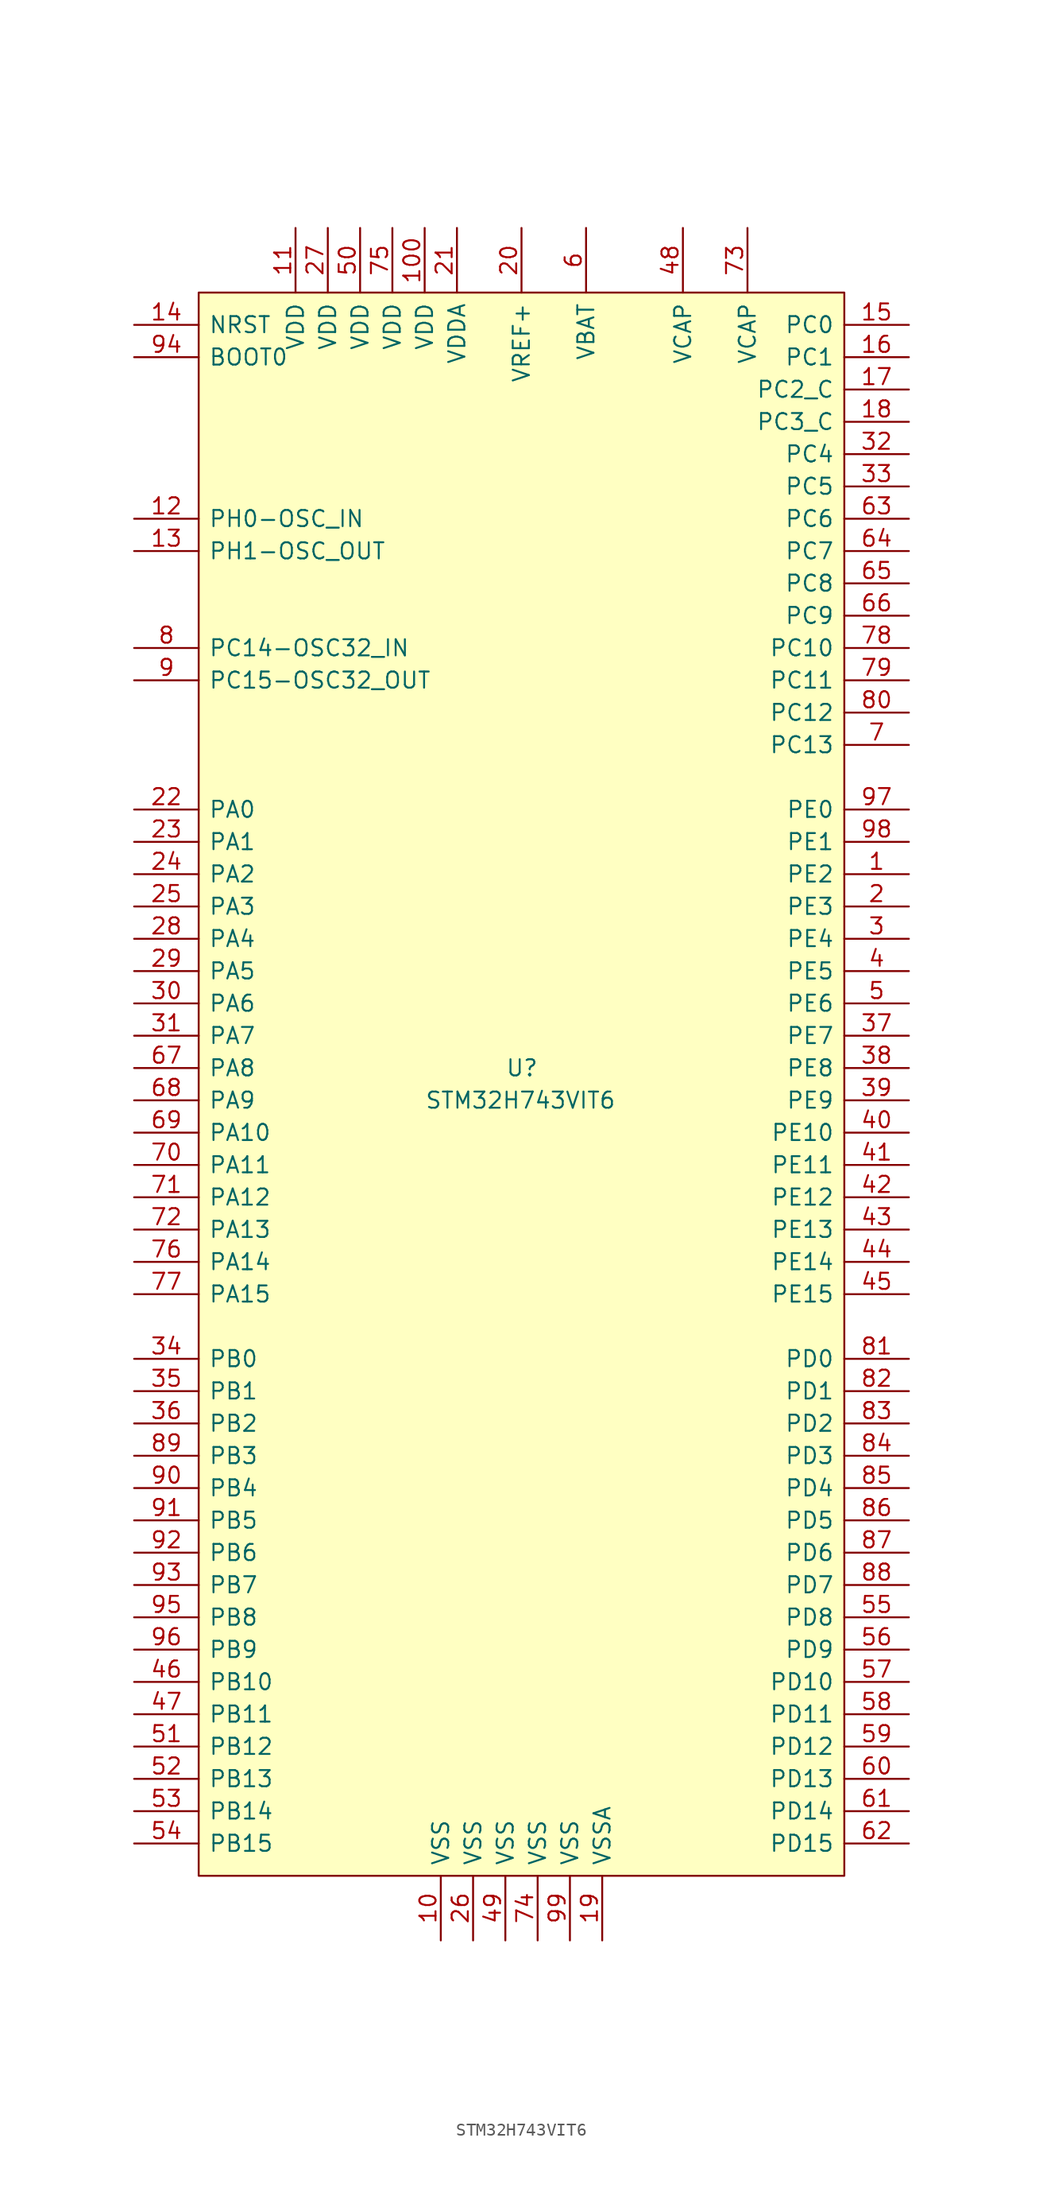
<source format=kicad_sym>
(kicad_symbol_lib
  (version 20211014)
  (generator kicad_symbol_editor)
  (symbol "STM32H743VIT6"
    (pin_names
      (offset 0.762))
    (property "Reference" "U"
      (at -1.27 1.27 0)
      (effects (font (size 1.27 1.27)) (justify left)))
    (property "Value" "STM32H743VIT6"
      (at -7.62 -1.27 0)
      (effects (font (size 1.27 1.27)) (justify left)))
    (symbol "STM32H743VIT6_0_0"
      (pin bidirectional line (at 30.48 16.51 180) (length 5.08) (name "PE2" (effects (font (size 1.27 1.27)))) (number "1" (effects (font (size 1.27 1.27)))))
      (pin power_in line (at -6.35 -67.31 90) (length 5.08) (name "VSS" (effects (font (size 1.27 1.27)))) (number "10" (effects (font (size 1.27 1.27)))))
      (pin power_in line (at -7.62 67.31 270) (length 5.08) (name "VDD" (effects (font (size 1.27 1.27)))) (number "100" (effects (font (size 1.27 1.27)))))
      (pin power_in line (at -17.78 67.31 270) (length 5.08) (name "VDD" (effects (font (size 1.27 1.27)))) (number "11" (effects (font (size 1.27 1.27)))))
      (pin bidirectional line (at -30.48 44.45 0) (length 5.08) (name "PH0-OSC_IN" (effects (font (size 1.27 1.27)))) (number "12" (effects (font (size 1.27 1.27)))))
      (pin bidirectional line (at -30.48 41.91 0) (length 5.08) (name "PH1-OSC_OUT" (effects (font (size 1.27 1.27)))) (number "13" (effects (font (size 1.27 1.27)))))
      (pin input line (at -30.48 59.69 0) (length 5.08) (name "NRST" (effects (font (size 1.27 1.27)))) (number "14" (effects (font (size 1.27 1.27)))))
      (pin bidirectional line (at 30.48 59.69 180) (length 5.08) (name "PC0" (effects (font (size 1.27 1.27)))) (number "15" (effects (font (size 1.27 1.27)))))
      (pin bidirectional line (at 30.48 57.15 180) (length 5.08) (name "PC1" (effects (font (size 1.27 1.27)))) (number "16" (effects (font (size 1.27 1.27)))))
      (pin bidirectional line (at 30.48 54.61 180) (length 5.08) (name "PC2_C" (effects (font (size 1.27 1.27)))) (number "17" (effects (font (size 1.27 1.27)))))
      (pin bidirectional line (at 30.48 52.07 180) (length 5.08) (name "PC3_C" (effects (font (size 1.27 1.27)))) (number "18" (effects (font (size 1.27 1.27)))))
      (pin power_in line (at 6.35 -67.31 90) (length 5.08) (name "VSSA" (effects (font (size 1.27 1.27)))) (number "19" (effects (font (size 1.27 1.27)))))
      (pin bidirectional line (at 30.48 13.97 180) (length 5.08) (name "PE3" (effects (font (size 1.27 1.27)))) (number "2" (effects (font (size 1.27 1.27)))))
      (pin power_in line (at 0 67.31 270) (length 5.08) (name "VREF+" (effects (font (size 1.27 1.27)))) (number "20" (effects (font (size 1.27 1.27)))))
      (pin power_in line (at -5.08 67.31 270) (length 5.08) (name "VDDA" (effects (font (size 1.27 1.27)))) (number "21" (effects (font (size 1.27 1.27)))))
      (pin bidirectional line (at -30.48 21.59 0) (length 5.08) (name "PA0" (effects (font (size 1.27 1.27)))) (number "22" (effects (font (size 1.27 1.27)))))
      (pin bidirectional line (at -30.48 19.05 0) (length 5.08) (name "PA1" (effects (font (size 1.27 1.27)))) (number "23" (effects (font (size 1.27 1.27)))))
      (pin bidirectional line (at -30.48 16.51 0) (length 5.08) (name "PA2" (effects (font (size 1.27 1.27)))) (number "24" (effects (font (size 1.27 1.27)))))
      (pin bidirectional line (at -30.48 13.97 0) (length 5.08) (name "PA3" (effects (font (size 1.27 1.27)))) (number "25" (effects (font (size 1.27 1.27)))))
      (pin power_in line (at -3.81 -67.31 90) (length 5.08) (name "VSS" (effects (font (size 1.27 1.27)))) (number "26" (effects (font (size 1.27 1.27)))))
      (pin power_in line (at -15.24 67.31 270) (length 5.08) (name "VDD" (effects (font (size 1.27 1.27)))) (number "27" (effects (font (size 1.27 1.27)))))
      (pin bidirectional line (at -30.48 11.43 0) (length 5.08) (name "PA4" (effects (font (size 1.27 1.27)))) (number "28" (effects (font (size 1.27 1.27)))))
      (pin bidirectional line (at -30.48 8.89 0) (length 5.08) (name "PA5" (effects (font (size 1.27 1.27)))) (number "29" (effects (font (size 1.27 1.27)))))
      (pin bidirectional line (at 30.48 11.43 180) (length 5.08) (name "PE4" (effects (font (size 1.27 1.27)))) (number "3" (effects (font (size 1.27 1.27)))))
      (pin bidirectional line (at -30.48 6.35 0) (length 5.08) (name "PA6" (effects (font (size 1.27 1.27)))) (number "30" (effects (font (size 1.27 1.27)))))
      (pin bidirectional line (at -30.48 3.81 0) (length 5.08) (name "PA7" (effects (font (size 1.27 1.27)))) (number "31" (effects (font (size 1.27 1.27)))))
      (pin bidirectional line (at 30.48 49.53 180) (length 5.08) (name "PC4" (effects (font (size 1.27 1.27)))) (number "32" (effects (font (size 1.27 1.27)))))
      (pin bidirectional line (at 30.48 46.99 180) (length 5.08) (name "PC5" (effects (font (size 1.27 1.27)))) (number "33" (effects (font (size 1.27 1.27)))))
      (pin bidirectional line (at -30.48 -21.59 0) (length 5.08) (name "PB0" (effects (font (size 1.27 1.27)))) (number "34" (effects (font (size 1.27 1.27)))))
      (pin bidirectional line (at -30.48 -24.13 0) (length 5.08) (name "PB1" (effects (font (size 1.27 1.27)))) (number "35" (effects (font (size 1.27 1.27)))))
      (pin bidirectional line (at -30.48 -26.67 0) (length 5.08) (name "PB2" (effects (font (size 1.27 1.27)))) (number "36" (effects (font (size 1.27 1.27)))))
      (pin bidirectional line (at 30.48 3.81 180) (length 5.08) (name "PE7" (effects (font (size 1.27 1.27)))) (number "37" (effects (font (size 1.27 1.27)))))
      (pin bidirectional line (at 30.48 1.27 180) (length 5.08) (name "PE8" (effects (font (size 1.27 1.27)))) (number "38" (effects (font (size 1.27 1.27)))))
      (pin bidirectional line (at 30.48 -1.27 180) (length 5.08) (name "PE9" (effects (font (size 1.27 1.27)))) (number "39" (effects (font (size 1.27 1.27)))))
      (pin bidirectional line (at 30.48 8.89 180) (length 5.08) (name "PE5" (effects (font (size 1.27 1.27)))) (number "4" (effects (font (size 1.27 1.27)))))
      (pin bidirectional line (at 30.48 -3.81 180) (length 5.08) (name "PE10" (effects (font (size 1.27 1.27)))) (number "40" (effects (font (size 1.27 1.27)))))
      (pin bidirectional line (at 30.48 -6.35 180) (length 5.08) (name "PE11" (effects (font (size 1.27 1.27)))) (number "41" (effects (font (size 1.27 1.27)))))
      (pin bidirectional line (at 30.48 -8.89 180) (length 5.08) (name "PE12" (effects (font (size 1.27 1.27)))) (number "42" (effects (font (size 1.27 1.27)))))
      (pin bidirectional line (at 30.48 -11.43 180) (length 5.08) (name "PE13" (effects (font (size 1.27 1.27)))) (number "43" (effects (font (size 1.27 1.27)))))
      (pin bidirectional line (at 30.48 -13.97 180) (length 5.08) (name "PE14" (effects (font (size 1.27 1.27)))) (number "44" (effects (font (size 1.27 1.27)))))
      (pin bidirectional line (at 30.48 -16.51 180) (length 5.08) (name "PE15" (effects (font (size 1.27 1.27)))) (number "45" (effects (font (size 1.27 1.27)))))
      (pin bidirectional line (at -30.48 -46.99 0) (length 5.08) (name "PB10" (effects (font (size 1.27 1.27)))) (number "46" (effects (font (size 1.27 1.27)))))
      (pin bidirectional line (at -30.48 -49.53 0) (length 5.08) (name "PB11" (effects (font (size 1.27 1.27)))) (number "47" (effects (font (size 1.27 1.27)))))
      (pin power_out line (at 12.7 67.31 270) (length 5.08) (name "VCAP" (effects (font (size 1.27 1.27)))) (number "48" (effects (font (size 1.27 1.27)))))
      (pin power_in line (at -1.27 -67.31 90) (length 5.08) (name "VSS" (effects (font (size 1.27 1.27)))) (number "49" (effects (font (size 1.27 1.27)))))
      (pin bidirectional line (at 30.48 6.35 180) (length 5.08) (name "PE6" (effects (font (size 1.27 1.27)))) (number "5" (effects (font (size 1.27 1.27)))))
      (pin power_in line (at -12.7 67.31 270) (length 5.08) (name "VDD" (effects (font (size 1.27 1.27)))) (number "50" (effects (font (size 1.27 1.27)))))
      (pin bidirectional line (at -30.48 -52.07 0) (length 5.08) (name "PB12" (effects (font (size 1.27 1.27)))) (number "51" (effects (font (size 1.27 1.27)))))
      (pin bidirectional line (at -30.48 -54.61 0) (length 5.08) (name "PB13" (effects (font (size 1.27 1.27)))) (number "52" (effects (font (size 1.27 1.27)))))
      (pin bidirectional line (at -30.48 -57.15 0) (length 5.08) (name "PB14" (effects (font (size 1.27 1.27)))) (number "53" (effects (font (size 1.27 1.27)))))
      (pin bidirectional line (at -30.48 -59.69 0) (length 5.08) (name "PB15" (effects (font (size 1.27 1.27)))) (number "54" (effects (font (size 1.27 1.27)))))
      (pin bidirectional line (at 30.48 -41.91 180) (length 5.08) (name "PD8" (effects (font (size 1.27 1.27)))) (number "55" (effects (font (size 1.27 1.27)))))
      (pin bidirectional line (at 30.48 -44.45 180) (length 5.08) (name "PD9" (effects (font (size 1.27 1.27)))) (number "56" (effects (font (size 1.27 1.27)))))
      (pin bidirectional line (at 30.48 -46.99 180) (length 5.08) (name "PD10" (effects (font (size 1.27 1.27)))) (number "57" (effects (font (size 1.27 1.27)))))
      (pin bidirectional line (at 30.48 -49.53 180) (length 5.08) (name "PD11" (effects (font (size 1.27 1.27)))) (number "58" (effects (font (size 1.27 1.27)))))
      (pin bidirectional line (at 30.48 -52.07 180) (length 5.08) (name "PD12" (effects (font (size 1.27 1.27)))) (number "59" (effects (font (size 1.27 1.27)))))
      (pin power_in line (at 5.08 67.31 270) (length 5.08) (name "VBAT" (effects (font (size 1.27 1.27)))) (number "6" (effects (font (size 1.27 1.27)))))
      (pin bidirectional line (at 30.48 -54.61 180) (length 5.08) (name "PD13" (effects (font (size 1.27 1.27)))) (number "60" (effects (font (size 1.27 1.27)))))
      (pin bidirectional line (at 30.48 -57.15 180) (length 5.08) (name "PD14" (effects (font (size 1.27 1.27)))) (number "61" (effects (font (size 1.27 1.27)))))
      (pin bidirectional line (at 30.48 -59.69 180) (length 5.08) (name "PD15" (effects (font (size 1.27 1.27)))) (number "62" (effects (font (size 1.27 1.27)))))
      (pin bidirectional line (at 30.48 44.45 180) (length 5.08) (name "PC6" (effects (font (size 1.27 1.27)))) (number "63" (effects (font (size 1.27 1.27)))))
      (pin bidirectional line (at 30.48 41.91 180) (length 5.08) (name "PC7" (effects (font (size 1.27 1.27)))) (number "64" (effects (font (size 1.27 1.27)))))
      (pin bidirectional line (at 30.48 39.37 180) (length 5.08) (name "PC8" (effects (font (size 1.27 1.27)))) (number "65" (effects (font (size 1.27 1.27)))))
      (pin bidirectional line (at 30.48 36.83 180) (length 5.08) (name "PC9" (effects (font (size 1.27 1.27)))) (number "66" (effects (font (size 1.27 1.27)))))
      (pin bidirectional line (at -30.48 1.27 0) (length 5.08) (name "PA8" (effects (font (size 1.27 1.27)))) (number "67" (effects (font (size 1.27 1.27)))))
      (pin bidirectional line (at -30.48 -1.27 0) (length 5.08) (name "PA9" (effects (font (size 1.27 1.27)))) (number "68" (effects (font (size 1.27 1.27)))))
      (pin bidirectional line (at -30.48 -3.81 0) (length 5.08) (name "PA10" (effects (font (size 1.27 1.27)))) (number "69" (effects (font (size 1.27 1.27)))))
      (pin bidirectional line (at 30.48 26.67 180) (length 5.08) (name "PC13" (effects (font (size 1.27 1.27)))) (number "7" (effects (font (size 1.27 1.27)))))
      (pin bidirectional line (at -30.48 -6.35 0) (length 5.08) (name "PA11" (effects (font (size 1.27 1.27)))) (number "70" (effects (font (size 1.27 1.27)))))
      (pin bidirectional line (at -30.48 -8.89 0) (length 5.08) (name "PA12" (effects (font (size 1.27 1.27)))) (number "71" (effects (font (size 1.27 1.27)))))
      (pin bidirectional line (at -30.48 -11.43 0) (length 5.08) (name "PA13" (effects (font (size 1.27 1.27)))) (number "72" (effects (font (size 1.27 1.27)))))
      (pin power_out line (at 17.78 67.31 270) (length 5.08) (name "VCAP" (effects (font (size 1.27 1.27)))) (number "73" (effects (font (size 1.27 1.27)))))
      (pin power_in line (at 1.27 -67.31 90) (length 5.08) (name "VSS" (effects (font (size 1.27 1.27)))) (number "74" (effects (font (size 1.27 1.27)))))
      (pin power_in line (at -10.16 67.31 270) (length 5.08) (name "VDD" (effects (font (size 1.27 1.27)))) (number "75" (effects (font (size 1.27 1.27)))))
      (pin bidirectional line (at -30.48 -13.97 0) (length 5.08) (name "PA14" (effects (font (size 1.27 1.27)))) (number "76" (effects (font (size 1.27 1.27)))))
      (pin bidirectional line (at -30.48 -16.51 0) (length 5.08) (name "PA15" (effects (font (size 1.27 1.27)))) (number "77" (effects (font (size 1.27 1.27)))))
      (pin bidirectional line (at 30.48 34.29 180) (length 5.08) (name "PC10" (effects (font (size 1.27 1.27)))) (number "78" (effects (font (size 1.27 1.27)))))
      (pin bidirectional line (at 30.48 31.75 180) (length 5.08) (name "PC11" (effects (font (size 1.27 1.27)))) (number "79" (effects (font (size 1.27 1.27)))))
      (pin bidirectional line (at -30.48 34.29 0) (length 5.08) (name "PC14-OSC32_IN" (effects (font (size 1.27 1.27)))) (number "8" (effects (font (size 1.27 1.27)))))
      (pin bidirectional line (at 30.48 29.21 180) (length 5.08) (name "PC12" (effects (font (size 1.27 1.27)))) (number "80" (effects (font (size 1.27 1.27)))))
      (pin bidirectional line (at 30.48 -21.59 180) (length 5.08) (name "PD0" (effects (font (size 1.27 1.27)))) (number "81" (effects (font (size 1.27 1.27)))))
      (pin bidirectional line (at 30.48 -24.13 180) (length 5.08) (name "PD1" (effects (font (size 1.27 1.27)))) (number "82" (effects (font (size 1.27 1.27)))))
      (pin bidirectional line (at 30.48 -26.67 180) (length 5.08) (name "PD2" (effects (font (size 1.27 1.27)))) (number "83" (effects (font (size 1.27 1.27)))))
      (pin bidirectional line (at 30.48 -29.21 180) (length 5.08) (name "PD3" (effects (font (size 1.27 1.27)))) (number "84" (effects (font (size 1.27 1.27)))))
      (pin bidirectional line (at 30.48 -31.75 180) (length 5.08) (name "PD4" (effects (font (size 1.27 1.27)))) (number "85" (effects (font (size 1.27 1.27)))))
      (pin bidirectional line (at 30.48 -34.29 180) (length 5.08) (name "PD5" (effects (font (size 1.27 1.27)))) (number "86" (effects (font (size 1.27 1.27)))))
      (pin bidirectional line (at 30.48 -36.83 180) (length 5.08) (name "PD6" (effects (font (size 1.27 1.27)))) (number "87" (effects (font (size 1.27 1.27)))))
      (pin bidirectional line (at 30.48 -39.37 180) (length 5.08) (name "PD7" (effects (font (size 1.27 1.27)))) (number "88" (effects (font (size 1.27 1.27)))))
      (pin bidirectional line (at -30.48 -29.21 0) (length 5.08) (name "PB3" (effects (font (size 1.27 1.27)))) (number "89" (effects (font (size 1.27 1.27)))))
      (pin bidirectional line (at -30.48 31.75 0) (length 5.08) (name "PC15-OSC32_OUT" (effects (font (size 1.27 1.27)))) (number "9" (effects (font (size 1.27 1.27)))))
      (pin bidirectional line (at -30.48 -31.75 0) (length 5.08) (name "PB4" (effects (font (size 1.27 1.27)))) (number "90" (effects (font (size 1.27 1.27)))))
      (pin bidirectional line (at -30.48 -34.29 0) (length 5.08) (name "PB5" (effects (font (size 1.27 1.27)))) (number "91" (effects (font (size 1.27 1.27)))))
      (pin bidirectional line (at -30.48 -36.83 0) (length 5.08) (name "PB6" (effects (font (size 1.27 1.27)))) (number "92" (effects (font (size 1.27 1.27)))))
      (pin bidirectional line (at -30.48 -39.37 0) (length 5.08) (name "PB7" (effects (font (size 1.27 1.27)))) (number "93" (effects (font (size 1.27 1.27)))))
      (pin input line (at -30.48 57.15 0) (length 5.08) (name "BOOT0" (effects (font (size 1.27 1.27)))) (number "94" (effects (font (size 1.27 1.27)))))
      (pin bidirectional line (at -30.48 -41.91 0) (length 5.08) (name "PB8" (effects (font (size 1.27 1.27)))) (number "95" (effects (font (size 1.27 1.27)))))
      (pin bidirectional line (at -30.48 -44.45 0) (length 5.08) (name "PB9" (effects (font (size 1.27 1.27)))) (number "96" (effects (font (size 1.27 1.27)))))
      (pin bidirectional line (at 30.48 21.59 180) (length 5.08) (name "PE0" (effects (font (size 1.27 1.27)))) (number "97" (effects (font (size 1.27 1.27)))))
      (pin bidirectional line (at 30.48 19.05 180) (length 5.08) (name "PE1" (effects (font (size 1.27 1.27)))) (number "98" (effects (font (size 1.27 1.27)))))
      (pin power_in line (at 3.81 -67.31 90) (length 5.08) (name "VSS" (effects (font (size 1.27 1.27)))) (number "99" (effects (font (size 1.27 1.27))))))
    (symbol "STM32H743VIT6_0_1"
      (rectangle (start -25.4 62.23) (end 25.4 -62.23) (stroke (width 0.152) (type default) (color 0 0 0 0)) (fill (type background))))))
</source>
